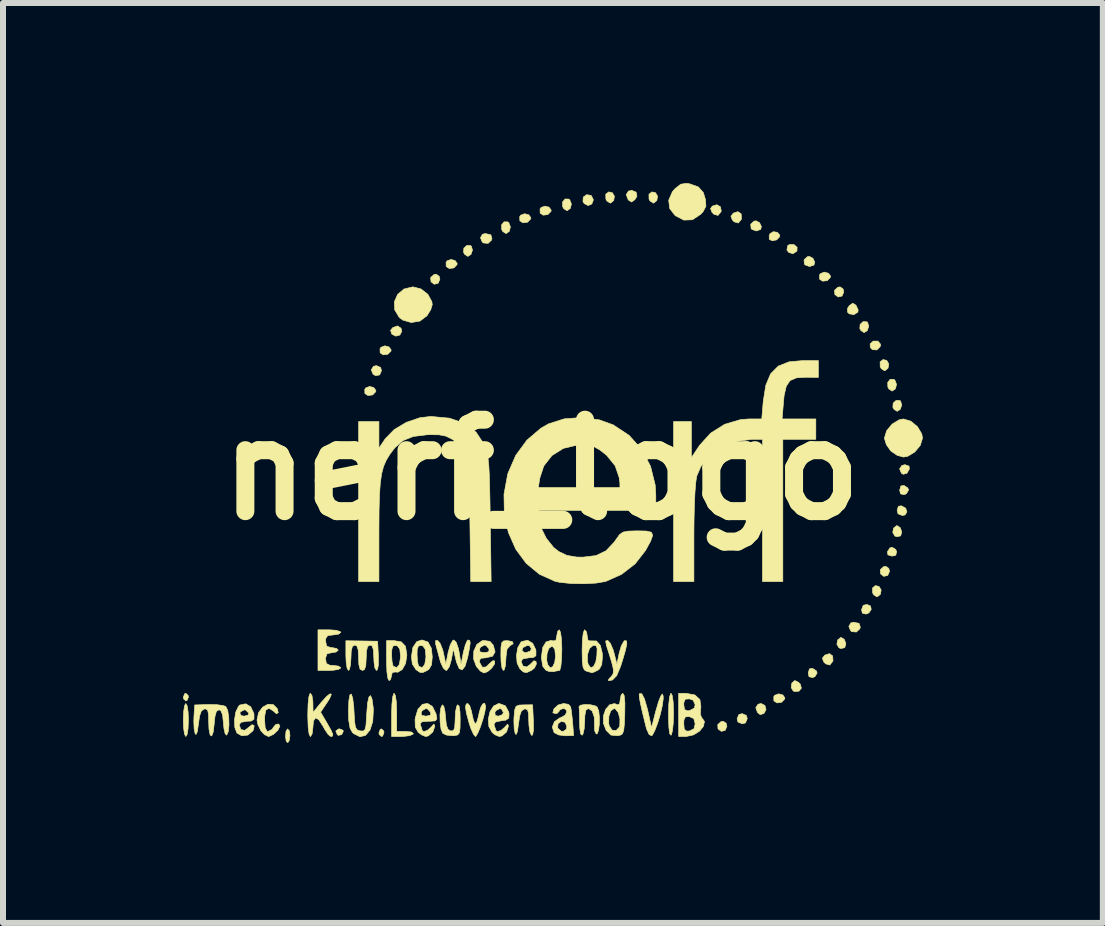
<source format=kicad_pcb>
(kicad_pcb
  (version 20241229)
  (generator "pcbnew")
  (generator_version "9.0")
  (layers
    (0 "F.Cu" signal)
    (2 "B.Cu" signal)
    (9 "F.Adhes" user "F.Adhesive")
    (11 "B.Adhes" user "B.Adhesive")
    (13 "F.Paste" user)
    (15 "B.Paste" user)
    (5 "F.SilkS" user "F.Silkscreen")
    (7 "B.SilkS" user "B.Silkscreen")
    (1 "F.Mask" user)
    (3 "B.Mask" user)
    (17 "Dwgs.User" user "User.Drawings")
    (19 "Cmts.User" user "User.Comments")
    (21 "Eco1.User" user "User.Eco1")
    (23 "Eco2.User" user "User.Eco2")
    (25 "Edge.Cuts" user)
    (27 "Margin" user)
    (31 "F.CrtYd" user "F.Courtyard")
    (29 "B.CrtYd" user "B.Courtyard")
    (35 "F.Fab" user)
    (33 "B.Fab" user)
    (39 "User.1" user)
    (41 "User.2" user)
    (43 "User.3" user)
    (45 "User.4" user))
  (footprint "nerf_logo"
    (layer "F.Cu")
    (at 5.974 4.779)
    (property "Reference" "nerf_logo" (at 0 0 0) (layer "F.SilkS") (effects (font (size 1.524 1.524) (thickness 0.3))))
    (attr through_hole)
    (fp_poly (pts (xy -5.889 3.76) (xy -5.884 3.789) (xy -5.907 3.845) (xy -5.927 3.852) (xy -5.964 3.818) (xy -5.969 3.789) (xy -5.946 3.732) (xy -5.927 3.725) (xy -5.889 3.76)) (stroke (width 0.01) (type solid)) (fill yes) (layer "F.SilkS"))
    (fp_poly (pts (xy -3.309 4.34) (xy -3.302 4.358) (xy -3.33 4.413) (xy -3.384 4.426) (xy -3.402 4.416) (xy -3.428 4.354) (xy -3.382 4.319) (xy -3.365 4.318) (xy -3.309 4.34)) (stroke (width 0.01) (type solid)) (fill yes) (layer "F.SilkS"))
    (fp_poly (pts (xy -2.681 -1.706) (xy -2.667 -1.651) (xy -2.697 -1.581) (xy -2.765 -1.568) (xy -2.808 -1.595) (xy -2.837 -1.666) (xy -2.8 -1.724) (xy -2.752 -1.736) (xy -2.681 -1.706)) (stroke (width 0.01) (type solid)) (fill yes) (layer "F.SilkS"))
    (fp_poly (pts (xy -2.629 4.352) (xy -2.625 4.381) (xy -2.648 4.438) (xy -2.667 4.445) (xy -2.705 4.411) (xy -2.709 4.381) (xy -2.686 4.325) (xy -2.667 4.318) (xy -2.629 4.352)) (stroke (width 0.01) (type solid)) (fill yes) (layer "F.SilkS"))
    (fp_poly (pts (xy -2.341 -2.36) (xy -2.328 -2.309) (xy -2.36 -2.246) (xy -2.43 -2.227) (xy -2.495 -2.262) (xy -2.515 -2.324) (xy -2.479 -2.369) (xy -2.399 -2.398) (xy -2.341 -2.36)) (stroke (width 0.01) (type solid)) (fill yes) (layer "F.SilkS"))
    (fp_poly (pts (xy -1.705 -3.224) (xy -1.693 -3.175) (xy -1.723 -3.107) (xy -1.788 -3.092) (xy -1.841 -3.133) (xy -1.847 -3.204) (xy -1.792 -3.253) (xy -1.754 -3.26) (xy -1.705 -3.224)) (stroke (width 0.01) (type solid)) (fill yes) (layer "F.SilkS"))
    (fp_poly (pts (xy 3.079 4.226) (xy 3.09 4.276) (xy 3.06 4.344) (xy 2.996 4.359) (xy 2.942 4.318) (xy 2.937 4.247) (xy 2.992 4.197) (xy 3.029 4.191) (xy 3.079 4.226)) (stroke (width 0.01) (type solid)) (fill yes) (layer "F.SilkS"))
    (fp_poly (pts (xy 3.415 4.094) (xy 3.429 4.149) (xy 3.399 4.219) (xy 3.344 4.233) (xy 3.274 4.203) (xy 3.26 4.149) (xy 3.29 4.078) (xy 3.344 4.064) (xy 3.415 4.094)) (stroke (width 0.01) (type solid)) (fill yes) (layer "F.SilkS"))
    (fp_poly (pts (xy 3.723 3.927) (xy 3.742 3.997) (xy 3.707 4.061) (xy 3.645 4.081) (xy 3.6 4.045) (xy 3.571 3.966) (xy 3.609 3.907) (xy 3.66 3.895) (xy 3.723 3.927)) (stroke (width 0.01) (type solid)) (fill yes) (layer "F.SilkS"))
    (fp_poly (pts (xy 4.208 -3.753) (xy 4.26 -3.708) (xy 4.257 -3.644) (xy 4.192 -3.601) (xy 4.12 -3.622) (xy 4.09 -3.663) (xy 4.101 -3.732) (xy 4.131 -3.754) (xy 4.208 -3.753)) (stroke (width 0.01) (type solid)) (fill yes) (layer "F.SilkS"))
    (fp_poly (pts (xy 4.582 3.352) (xy 4.593 3.387) (xy 4.558 3.446) (xy 4.519 3.463) (xy 4.459 3.449) (xy 4.445 3.387) (xy 4.466 3.317) (xy 4.519 3.31) (xy 4.582 3.352)) (stroke (width 0.01) (type solid)) (fill yes) (layer "F.SilkS"))
    (fp_poly (pts (xy 5.026 -3.013) (xy 5.038 -2.963) (xy 5.008 -2.895) (xy 4.943 -2.88) (xy 4.889 -2.921) (xy 4.884 -2.992) (xy 4.939 -3.042) (xy 4.977 -3.048) (xy 5.026 -3.013)) (stroke (width 0.01) (type solid)) (fill yes) (layer "F.SilkS"))
    (fp_poly (pts (xy 5.484 2.27) (xy 5.495 2.328) (xy 5.456 2.385) (xy 5.408 2.405) (xy 5.347 2.389) (xy 5.334 2.331) (xy 5.362 2.259) (xy 5.422 2.244) (xy 5.484 2.27)) (stroke (width 0.01) (type solid)) (fill yes) (layer "F.SilkS"))
    (fp_poly (pts (xy 5.651 -2.092) (xy 5.646 -2.055) (xy 5.59 -1.997) (xy 5.516 -2.002) (xy 5.48 -2.036) (xy 5.477 -2.099) (xy 5.529 -2.145) (xy 5.606 -2.145) (xy 5.651 -2.092)) (stroke (width 0.01) (type solid)) (fill yes) (layer "F.SilkS"))
    (fp_poly (pts (xy 5.788 1.644) (xy 5.8 1.693) (xy 5.77 1.761) (xy 5.705 1.776) (xy 5.652 1.736) (xy 5.646 1.665) (xy 5.701 1.615) (xy 5.739 1.609) (xy 5.788 1.644)) (stroke (width 0.01) (type solid)) (fill yes) (layer "F.SilkS"))
    (fp_poly (pts (xy 5.902 1.326) (xy 5.919 1.365) (xy 5.904 1.425) (xy 5.842 1.439) (xy 5.773 1.418) (xy 5.765 1.365) (xy 5.807 1.302) (xy 5.842 1.291) (xy 5.902 1.326)) (stroke (width 0.01) (type solid)) (fill yes) (layer "F.SilkS"))
    (fp_poly (pts (xy 6.069 0.64) (xy 6.09 0.701) (xy 6.06 0.751) (xy 6.014 0.762) (xy 5.942 0.734) (xy 5.927 0.674) (xy 5.949 0.607) (xy 6 0.601) (xy 6.069 0.64)) (stroke (width 0.01) (type solid)) (fill yes) (layer "F.SilkS"))
    (fp_poly (pts (xy 6.106 0.304) (xy 6.117 0.339) (xy 6.082 0.398) (xy 6.043 0.415) (xy 5.983 0.401) (xy 5.969 0.339) (xy 5.99 0.269) (xy 6.043 0.262) (xy 6.106 0.304)) (stroke (width 0.01) (type solid)) (fill yes) (layer "F.SilkS"))
    (fp_poly (pts (xy 6.125 -0.061) (xy 6.131 -0.014) (xy 6.091 0.058) (xy 6.028 0.075) (xy 5.998 0.057) (xy 5.968 -0.015) (xy 6.006 -0.072) (xy 6.057 -0.085) (xy 6.125 -0.061)) (stroke (width 0.01) (type solid)) (fill yes) (layer "F.SilkS"))
    (fp_poly (pts (xy -2.795 -1.37) (xy -2.76 -1.322) (xy -2.762 -1.302) (xy -2.815 -1.247) (xy -2.892 -1.238) (xy -2.943 -1.271) (xy -2.945 -1.34) (xy -2.929 -1.364) (xy -2.863 -1.389) (xy -2.795 -1.37)) (stroke (width 0.01) (type solid)) (fill yes) (layer "F.SilkS"))
    (fp_poly (pts (xy -2.541 -2.047) (xy -2.506 -1.999) (xy -2.508 -1.979) (xy -2.561 -1.925) (xy -2.638 -1.915) (xy -2.689 -1.949) (xy -2.691 -2.017) (xy -2.675 -2.041) (xy -2.609 -2.066) (xy -2.541 -2.047)) (stroke (width 0.01) (type solid)) (fill yes) (layer "F.SilkS"))
    (fp_poly (pts (xy -1.44 -3.487) (xy -1.405 -3.439) (xy -1.408 -3.418) (xy -1.46 -3.364) (xy -1.537 -3.354) (xy -1.588 -3.388) (xy -1.59 -3.457) (xy -1.574 -3.481) (xy -1.509 -3.505) (xy -1.44 -3.487)) (stroke (width 0.01) (type solid)) (fill yes) (layer "F.SilkS"))
    (fp_poly (pts (xy -1.181 -3.736) (xy -1.169 -3.726) (xy -1.15 -3.661) (xy -1.175 -3.589) (xy -1.228 -3.556) (xy -1.28 -3.59) (xy -1.299 -3.624) (xy -1.294 -3.693) (xy -1.244 -3.739) (xy -1.181 -3.736)) (stroke (width 0.01) (type solid)) (fill yes) (layer "F.SilkS"))
    (fp_poly (pts (xy -0.845 -3.917) (xy -0.825 -3.854) (xy -0.833 -3.827) (xy -0.89 -3.773) (xy -0.967 -3.78) (xy -0.988 -3.796) (xy -1.017 -3.867) (xy -0.984 -3.924) (xy -0.938 -3.937) (xy -0.845 -3.917)) (stroke (width 0.01) (type solid)) (fill yes) (layer "F.SilkS"))
    (fp_poly (pts (xy -0.212 -4.249) (xy -0.177 -4.201) (xy -0.18 -4.18) (xy -0.232 -4.126) (xy -0.31 -4.116) (xy -0.361 -4.15) (xy -0.363 -4.219) (xy -0.346 -4.243) (xy -0.281 -4.267) (xy -0.212 -4.249)) (stroke (width 0.01) (type solid)) (fill yes) (layer "F.SilkS"))
    (fp_poly (pts (xy 0.126 -4.376) (xy 0.161 -4.328) (xy 0.159 -4.307) (xy 0.106 -4.253) (xy 0.029 -4.243) (xy -0.022 -4.277) (xy -0.024 -4.346) (xy -0.008 -4.37) (xy 0.058 -4.394) (xy 0.126 -4.376)) (stroke (width 0.01) (type solid)) (fill yes) (layer "F.SilkS"))
    (fp_poly (pts (xy 0.825 -4.572) (xy 0.832 -4.566) (xy 0.865 -4.498) (xy 0.839 -4.43) (xy 0.777 -4.403) (xy 0.712 -4.437) (xy 0.691 -4.47) (xy 0.696 -4.544) (xy 0.752 -4.585) (xy 0.825 -4.572)) (stroke (width 0.01) (type solid)) (fill yes) (layer "F.SilkS"))
    (fp_poly (pts (xy 1.181 -4.617) (xy 1.216 -4.558) (xy 1.203 -4.487) (xy 1.153 -4.446) (xy 1.143 -4.445) (xy 1.091 -4.479) (xy 1.073 -4.511) (xy 1.071 -4.592) (xy 1.12 -4.631) (xy 1.181 -4.617)) (stroke (width 0.01) (type solid)) (fill yes) (layer "F.SilkS"))
    (fp_poly (pts (xy 1.577 -4.627) (xy 1.591 -4.559) (xy 1.557 -4.502) (xy 1.501 -4.462) (xy 1.453 -4.492) (xy 1.443 -4.505) (xy 1.412 -4.585) (xy 1.449 -4.644) (xy 1.503 -4.657) (xy 1.577 -4.627)) (stroke (width 0.01) (type solid)) (fill yes) (layer "F.SilkS"))
    (fp_poly (pts (xy 1.901 -4.617) (xy 1.935 -4.558) (xy 1.922 -4.487) (xy 1.872 -4.446) (xy 1.863 -4.445) (xy 1.81 -4.479) (xy 1.792 -4.511) (xy 1.791 -4.592) (xy 1.84 -4.631) (xy 1.901 -4.617)) (stroke (width 0.01) (type solid)) (fill yes) (layer "F.SilkS"))
    (fp_poly (pts (xy 2.982 -4.383) (xy 2.996 -4.312) (xy 2.992 -4.301) (xy 2.942 -4.239) (xy 2.874 -4.258) (xy 2.841 -4.291) (xy 2.817 -4.354) (xy 2.848 -4.395) (xy 2.922 -4.417) (xy 2.982 -4.383)) (stroke (width 0.01) (type solid)) (fill yes) (layer "F.SilkS"))
    (fp_poly (pts (xy 3.328 -4.265) (xy 3.334 -4.185) (xy 3.33 -4.173) (xy 3.28 -4.112) (xy 3.212 -4.132) (xy 3.18 -4.164) (xy 3.157 -4.226) (xy 3.197 -4.277) (xy 3.273 -4.302) (xy 3.328 -4.265)) (stroke (width 0.01) (type solid)) (fill yes) (layer "F.SilkS"))
    (fp_poly (pts (xy 3.634 -4.118) (xy 3.665 -4.053) (xy 3.652 -4.005) (xy 3.579 -3.98) (xy 3.505 -4.007) (xy 3.493 -4.022) (xy 3.487 -4.093) (xy 3.541 -4.143) (xy 3.575 -4.149) (xy 3.634 -4.118)) (stroke (width 0.01) (type solid)) (fill yes) (layer "F.SilkS"))
    (fp_poly (pts (xy 3.931 -3.957) (xy 3.97 -3.913) (xy 3.969 -3.884) (xy 3.92 -3.832) (xy 3.846 -3.816) (xy 3.796 -3.841) (xy 3.795 -3.905) (xy 3.809 -3.935) (xy 3.864 -3.968) (xy 3.931 -3.957)) (stroke (width 0.01) (type solid)) (fill yes) (layer "F.SilkS"))
    (fp_poly (pts (xy 4.021 3.752) (xy 4.056 3.8) (xy 4.053 3.821) (xy 4.001 3.875) (xy 3.924 3.885) (xy 3.873 3.851) (xy 3.871 3.782) (xy 3.887 3.758) (xy 3.952 3.734) (xy 4.021 3.752)) (stroke (width 0.01) (type solid)) (fill yes) (layer "F.SilkS"))
    (fp_poly (pts (xy 4.523 -3.525) (xy 4.554 -3.461) (xy 4.541 -3.412) (xy 4.468 -3.387) (xy 4.394 -3.414) (xy 4.381 -3.429) (xy 4.376 -3.5) (xy 4.43 -3.55) (xy 4.464 -3.556) (xy 4.523 -3.525)) (stroke (width 0.01) (type solid)) (fill yes) (layer "F.SilkS"))
    (fp_poly (pts (xy 4.783 -3.275) (xy 4.818 -3.227) (xy 4.815 -3.207) (xy 4.763 -3.152) (xy 4.686 -3.143) (xy 4.635 -3.176) (xy 4.633 -3.245) (xy 4.649 -3.269) (xy 4.714 -3.294) (xy 4.783 -3.275)) (stroke (width 0.01) (type solid)) (fill yes) (layer "F.SilkS"))
    (fp_poly (pts (xy 4.852 3.101) (xy 4.858 3.181) (xy 4.854 3.193) (xy 4.804 3.254) (xy 4.736 3.234) (xy 4.704 3.202) (xy 4.681 3.14) (xy 4.721 3.089) (xy 4.797 3.064) (xy 4.852 3.101)) (stroke (width 0.01) (type solid)) (fill yes) (layer "F.SilkS"))
    (fp_poly (pts (xy 5.048 2.828) (xy 5.073 2.9) (xy 5.054 2.964) (xy 4.989 2.979) (xy 4.957 2.966) (xy 4.923 2.907) (xy 4.936 2.836) (xy 4.986 2.795) (xy 4.995 2.794) (xy 5.048 2.828)) (stroke (width 0.01) (type solid)) (fill yes) (layer "F.SilkS"))
    (fp_poly (pts (xy 5.293 2.56) (xy 5.313 2.623) (xy 5.305 2.65) (xy 5.248 2.704) (xy 5.171 2.697) (xy 5.151 2.681) (xy 5.122 2.61) (xy 5.155 2.553) (xy 5.2 2.54) (xy 5.293 2.56)) (stroke (width 0.01) (type solid)) (fill yes) (layer "F.SilkS"))
    (fp_poly (pts (xy 5.423 -2.466) (xy 5.435 -2.456) (xy 5.454 -2.391) (xy 5.429 -2.319) (xy 5.376 -2.286) (xy 5.324 -2.32) (xy 5.305 -2.354) (xy 5.31 -2.423) (xy 5.36 -2.469) (xy 5.423 -2.466)) (stroke (width 0.01) (type solid)) (fill yes) (layer "F.SilkS"))
    (fp_poly (pts (xy 5.626 1.945) (xy 5.661 2.004) (xy 5.648 2.075) (xy 5.598 2.116) (xy 5.588 2.117) (xy 5.536 2.083) (xy 5.518 2.05) (xy 5.516 1.97) (xy 5.565 1.93) (xy 5.626 1.945)) (stroke (width 0.01) (type solid)) (fill yes) (layer "F.SilkS"))
    (fp_poly (pts (xy 5.753 -1.823) (xy 5.788 -1.764) (xy 5.775 -1.693) (xy 5.725 -1.652) (xy 5.715 -1.651) (xy 5.663 -1.685) (xy 5.645 -1.717) (xy 5.643 -1.798) (xy 5.692 -1.837) (xy 5.753 -1.823)) (stroke (width 0.01) (type solid)) (fill yes) (layer "F.SilkS"))
    (fp_poly (pts (xy 5.973 -1.154) (xy 5.985 -1.144) (xy 6.004 -1.079) (xy 5.979 -1.007) (xy 5.927 -0.974) (xy 5.875 -1.008) (xy 5.856 -1.041) (xy 5.861 -1.111) (xy 5.911 -1.157) (xy 5.973 -1.154)) (stroke (width 0.01) (type solid)) (fill yes) (layer "F.SilkS"))
    (fp_poly (pts (xy 5.98 0.966) (xy 6.004 1.038) (xy 5.985 1.102) (xy 5.921 1.116) (xy 5.888 1.103) (xy 5.854 1.044) (xy 5.867 0.973) (xy 5.917 0.932) (xy 5.927 0.931) (xy 5.98 0.966)) (stroke (width 0.01) (type solid)) (fill yes) (layer "F.SilkS"))
    (fp_poly (pts (xy -4.201 4.353) (xy -4.192 4.429) (xy -4.203 4.509) (xy -4.227 4.547) (xy -4.253 4.527) (xy -4.266 4.448) (xy -4.266 4.444) (xy -4.257 4.355) (xy -4.231 4.318) (xy -4.231 4.318) (xy -4.201 4.353)) (stroke (width 0.01) (type solid)) (fill yes) (layer "F.SilkS"))
    (fp_poly (pts (xy -0.562 -4.131) (xy -0.545 -4.118) (xy -0.518 -4.048) (xy -0.536 -3.974) (xy -0.589 -3.937) (xy -0.593 -3.937) (xy -0.645 -3.971) (xy -0.663 -4.003) (xy -0.665 -4.082) (xy -0.623 -4.132) (xy -0.562 -4.131)) (stroke (width 0.01) (type solid)) (fill yes) (layer "F.SilkS"))
    (fp_poly (pts (xy 0.454 -4.512) (xy 0.471 -4.499) (xy 0.498 -4.429) (xy 0.48 -4.355) (xy 0.427 -4.318) (xy 0.423 -4.318) (xy 0.371 -4.352) (xy 0.353 -4.384) (xy 0.351 -4.463) (xy 0.393 -4.513) (xy 0.454 -4.512)) (stroke (width 0.01) (type solid)) (fill yes) (layer "F.SilkS"))
    (fp_poly (pts (xy 4.284 3.543) (xy 4.313 3.572) (xy 4.331 3.639) (xy 4.292 3.689) (xy 4.221 3.697) (xy 4.194 3.685) (xy 4.161 3.628) (xy 4.172 3.556) (xy 4.217 3.515) (xy 4.227 3.514) (xy 4.284 3.543)) (stroke (width 0.01) (type solid)) (fill yes) (layer "F.SilkS"))
    (fp_poly (pts (xy 5.235 -2.747) (xy 5.246 -2.734) (xy 5.278 -2.662) (xy 5.272 -2.627) (xy 5.206 -2.585) (xy 5.127 -2.6) (xy 5.099 -2.629) (xy 5.101 -2.692) (xy 5.132 -2.737) (xy 5.188 -2.776) (xy 5.235 -2.747)) (stroke (width 0.01) (type solid)) (fill yes) (layer "F.SilkS"))
    (fp_poly (pts (xy 5.873 -1.507) (xy 5.89 -1.493) (xy 5.917 -1.423) (xy 5.898 -1.349) (xy 5.845 -1.312) (xy 5.842 -1.312) (xy 5.79 -1.346) (xy 5.772 -1.379) (xy 5.77 -1.457) (xy 5.812 -1.508) (xy 5.873 -1.507)) (stroke (width 0.01) (type solid)) (fill yes) (layer "F.SilkS"))
    (fp_poly (pts (xy -5.905 3.934) (xy -5.889 4.037) (xy -5.884 4.17) (xy -5.89 4.314) (xy -5.906 4.412) (xy -5.927 4.445) (xy -5.949 4.406) (xy -5.964 4.303) (xy -5.969 4.17) (xy -5.963 4.026) (xy -5.947 3.928) (xy -5.927 3.895) (xy -5.905 3.934)) (stroke (width 0.01) (type solid)) (fill yes) (layer "F.SilkS"))
    (fp_poly (pts (xy -0.486 2.862) (xy -0.471 2.897) (xy -0.529 2.936) (xy -0.575 2.993) (xy -0.592 3.123) (xy -0.593 3.153) (xy -0.601 3.267) (xy -0.622 3.335) (xy -0.635 3.344) (xy -0.658 3.306) (xy -0.673 3.206) (xy -0.677 3.096) (xy -0.675 2.957) (xy -0.662 2.882) (xy -0.631 2.852) (xy -0.572 2.847) (xy -0.486 2.862)) (stroke (width 0.01) (type solid)) (fill yes) (layer "F.SilkS"))
    (fp_poly (pts (xy 2.18 3.765) (xy 2.195 3.873) (xy 2.201 4.033) (xy 2.201 4.062) (xy 2.196 4.222) (xy 2.183 4.349) (xy 2.164 4.418) (xy 2.159 4.424) (xy 2.137 4.399) (xy 2.123 4.295) (xy 2.117 4.118) (xy 2.117 4.088) (xy 2.121 3.912) (xy 2.134 3.787) (xy 2.153 3.728) (xy 2.159 3.725) (xy 2.18 3.765)) (stroke (width 0.01) (type solid)) (fill yes) (layer "F.SilkS"))
    (fp_poly (pts (xy 2.468 -4.766) (xy 2.613 -4.715) (xy 2.697 -4.621) (xy 2.734 -4.5) (xy 2.74 -4.391) (xy 2.693 -4.301) (xy 2.652 -4.257) (xy 2.516 -4.167) (xy 2.373 -4.161) (xy 2.228 -4.236) (xy 2.136 -4.355) (xy 2.12 -4.492) (xy 2.181 -4.633) (xy 2.225 -4.684) (xy 2.32 -4.759) (xy 2.415 -4.774) (xy 2.468 -4.766)) (stroke (width 0.01) (type solid)) (fill yes) (layer "F.SilkS"))
    (fp_poly (pts (xy -2.007 -3.013) (xy -1.894 -2.924) (xy -1.828 -2.805) (xy -1.82 -2.752) (xy -1.845 -2.669) (xy -1.906 -2.57) (xy -1.908 -2.567) (xy -2.026 -2.478) (xy -2.171 -2.454) (xy -2.312 -2.495) (xy -2.371 -2.54) (xy -2.446 -2.665) (xy -2.452 -2.8) (xy -2.398 -2.922) (xy -2.293 -3.012) (xy -2.146 -3.048) (xy -2.141 -3.048) (xy -2.007 -3.013)) (stroke (width 0.01) (type solid)) (fill yes) (layer "F.SilkS"))
    (fp_poly (pts (xy -2.434 3.765) (xy -2.419 3.871) (xy -2.413 4.028) (xy -2.413 4.043) (xy -2.413 4.36) (xy -2.262 4.36) (xy -2.166 4.37) (xy -2.135 4.397) (xy -2.138 4.403) (xy -2.193 4.43) (xy -2.299 4.444) (xy -2.331 4.445) (xy -2.498 4.445) (xy -2.498 4.085) (xy -2.493 3.91) (xy -2.48 3.786) (xy -2.461 3.728) (xy -2.455 3.725) (xy -2.434 3.765)) (stroke (width 0.01) (type solid)) (fill yes) (layer "F.SilkS"))
    (fp_poly (pts (xy 6.155 -0.81) (xy 6.266 -0.718) (xy 6.337 -0.599) (xy 6.35 -0.529) (xy 6.313 -0.407) (xy 6.221 -0.296) (xy 6.102 -0.224) (xy 6.032 -0.212) (xy 5.927 -0.241) (xy 5.823 -0.312) (xy 5.819 -0.316) (xy 5.747 -0.419) (xy 5.715 -0.525) (xy 5.715 -0.529) (xy 5.752 -0.651) (xy 5.844 -0.762) (xy 5.963 -0.834) (xy 6.032 -0.847) (xy 6.155 -0.81)) (stroke (width 0.01) (type solid)) (fill yes) (layer "F.SilkS"))
    (fp_poly (pts (xy -0.135 4.184) (xy -0.134 4.343) (xy -0.148 4.42) (xy -0.167 4.425) (xy -0.193 4.37) (xy -0.209 4.26) (xy -0.212 4.185) (xy -0.216 4.059) (xy -0.234 3.998) (xy -0.272 3.985) (xy -0.286 3.987) (xy -0.334 4.019) (xy -0.364 4.103) (xy -0.383 4.234) (xy -0.401 4.364) (xy -0.423 4.412) (xy -0.438 4.397) (xy -0.455 4.315) (xy -0.46 4.188) (xy -0.458 4.124) (xy -0.447 4.002) (xy -0.423 3.941) (xy -0.369 3.921) (xy -0.296 3.918) (xy -0.148 3.916) (xy -0.135 4.184)) (stroke (width 0.01) (type solid)) (fill yes) (layer "F.SilkS"))
    (fp_poly (pts (xy 1.673 3.734) (xy 1.717 3.82) (xy 1.765 3.987) (xy 1.778 4.043) (xy 1.834 4.297) (xy 1.901 4.035) (xy 1.948 3.873) (xy 1.987 3.771) (xy 2.015 3.735) (xy 2.028 3.772) (xy 2.029 3.814) (xy 2.014 3.929) (xy 1.981 4.073) (xy 1.937 4.219) (xy 1.89 4.343) (xy 1.849 4.421) (xy 1.833 4.434) (xy 1.791 4.408) (xy 1.751 4.318) (xy 1.743 4.289) (xy 1.686 4.058) (xy 1.65 3.898) (xy 1.631 3.797) (xy 1.628 3.744) (xy 1.633 3.73) (xy 1.673 3.734)) (stroke (width 0.01) (type solid)) (fill yes) (layer "F.SilkS"))
    (fp_poly (pts (xy -0.931 3.944) (xy -0.931 3.95) (xy -0.944 4.038) (xy -0.976 4.158) (xy -1.017 4.283) (xy -1.06 4.386) (xy -1.094 4.442) (xy -1.101 4.445) (xy -1.133 4.408) (xy -1.176 4.313) (xy -1.205 4.226) (xy -1.251 4.056) (xy -1.267 3.953) (xy -1.254 3.903) (xy -1.228 3.895) (xy -1.196 3.932) (xy -1.166 4.026) (xy -1.159 4.064) (xy -1.135 4.17) (xy -1.109 4.229) (xy -1.101 4.233) (xy -1.075 4.196) (xy -1.049 4.103) (xy -1.042 4.064) (xy -1.015 3.964) (xy -0.979 3.902) (xy -0.947 3.89) (xy -0.931 3.944)) (stroke (width 0.01) (type solid)) (fill yes) (layer "F.SilkS"))
    (fp_poly (pts (xy -1.373 3.939) (xy -1.358 4.037) (xy -1.355 4.157) (xy -1.357 4.302) (xy -1.368 4.383) (xy -1.397 4.419) (xy -1.453 4.431) (xy -1.475 4.432) (xy -1.58 4.422) (xy -1.645 4.392) (xy -1.674 4.323) (xy -1.689 4.209) (xy -1.692 4.082) (xy -1.68 3.974) (xy -1.653 3.917) (xy -1.628 3.941) (xy -1.608 4.03) (xy -1.6 4.115) (xy -1.585 4.254) (xy -1.557 4.327) (xy -1.513 4.352) (xy -1.469 4.348) (xy -1.447 4.301) (xy -1.44 4.193) (xy -1.439 4.154) (xy -1.432 4.027) (xy -1.412 3.938) (xy -1.397 3.916) (xy -1.373 3.939)) (stroke (width 0.01) (type solid)) (fill yes) (layer "F.SilkS"))
    (fp_poly (pts (xy 1.106 2.845) (xy 1.149 2.894) (xy 1.193 2.997) (xy 1.209 3.051) (xy 1.257 3.239) (xy 1.296 3.051) (xy 1.33 2.935) (xy 1.372 2.859) (xy 1.389 2.846) (xy 1.418 2.852) (xy 1.422 2.902) (xy 1.4 3.007) (xy 1.35 3.177) (xy 1.317 3.281) (xy 1.253 3.432) (xy 1.184 3.502) (xy 1.167 3.507) (xy 1.112 3.513) (xy 1.124 3.485) (xy 1.154 3.454) (xy 1.185 3.418) (xy 1.199 3.376) (xy 1.195 3.311) (xy 1.17 3.207) (xy 1.121 3.049) (xy 1.082 2.927) (xy 1.069 2.854) (xy 1.101 2.844) (xy 1.106 2.845)) (stroke (width 0.01) (type solid)) (fill yes) (layer "F.SilkS"))
    (fp_poly (pts (xy -4.47 3.913) (xy -4.403 3.979) (xy -4.387 4.048) (xy -4.418 4.066) (xy -4.466 4.022) (xy -4.527 3.983) (xy -4.553 3.979) (xy -4.594 4.007) (xy -4.612 4.1) (xy -4.614 4.17) (xy -4.605 4.299) (xy -4.574 4.356) (xy -4.555 4.36) (xy -4.49 4.326) (xy -4.472 4.297) (xy -4.429 4.245) (xy -4.38 4.236) (xy -4.36 4.273) (xy -4.393 4.341) (xy -4.467 4.41) (xy -4.544 4.445) (xy -4.551 4.445) (xy -4.617 4.413) (xy -4.675 4.351) (xy -4.726 4.247) (xy -4.741 4.17) (xy -4.715 4.047) (xy -4.647 3.956) (xy -4.559 3.907) (xy -4.47 3.913)) (stroke (width 0.01) (type solid)) (fill yes) (layer "F.SilkS"))
    (fp_poly (pts (xy 0.813 3.915) (xy 0.896 3.934) (xy 0.929 3.956) (xy 0.954 4.021) (xy 0.965 4.125) (xy 0.964 4.24) (xy 0.951 4.34) (xy 0.929 4.399) (xy 0.912 4.403) (xy 0.886 4.35) (xy 0.883 4.266) (xy 0.88 4.124) (xy 0.845 4.021) (xy 0.784 3.979) (xy 0.78 3.979) (xy 0.741 4.005) (xy 0.723 4.093) (xy 0.72 4.189) (xy 0.712 4.315) (xy 0.692 4.403) (xy 0.677 4.424) (xy 0.652 4.402) (xy 0.638 4.306) (xy 0.635 4.215) (xy 0.633 4.08) (xy 0.629 3.983) (xy 0.624 3.952) (xy 0.646 3.924) (xy 0.72 3.912) (xy 0.813 3.915)) (stroke (width 0.01) (type solid)) (fill yes) (layer "F.SilkS"))
    (fp_poly (pts (xy -1.892 2.87) (xy -1.835 2.974) (xy -1.82 3.118) (xy -1.832 3.25) (xy -1.875 3.324) (xy -1.902 3.343) (xy -1.978 3.379) (xy -2.028 3.375) (xy -2.092 3.331) (xy -2.153 3.236) (xy -2.167 3.118) (xy -2.162 3.08) (xy -2.074 3.08) (xy -2.067 3.193) (xy -2.05 3.267) (xy -2.045 3.275) (xy -1.988 3.296) (xy -1.946 3.245) (xy -1.927 3.131) (xy -1.926 3.109) (xy -1.937 2.991) (xy -1.976 2.937) (xy -2 2.929) (xy -2.049 2.935) (xy -2.071 2.992) (xy -2.074 3.08) (xy -2.162 3.08) (xy -2.144 2.962) (xy -2.078 2.864) (xy -1.993 2.836) (xy -1.892 2.87)) (stroke (width 0.01) (type solid)) (fill yes) (layer "F.SilkS"))
    (fp_poly (pts (xy -3.421 2.675) (xy -3.353 2.697) (xy -3.344 2.709) (xy -3.381 2.739) (xy -3.47 2.752) (xy -3.471 2.752) (xy -3.562 2.763) (xy -3.595 2.811) (xy -3.598 2.857) (xy -3.581 2.938) (xy -3.512 2.963) (xy -3.493 2.963) (xy -3.413 2.978) (xy -3.387 3.006) (xy -3.423 3.037) (xy -3.493 3.048) (xy -3.573 3.065) (xy -3.598 3.134) (xy -3.598 3.154) (xy -3.585 3.229) (xy -3.527 3.257) (xy -3.471 3.26) (xy -3.382 3.272) (xy -3.344 3.301) (xy -3.344 3.302) (xy -3.382 3.327) (xy -3.478 3.342) (xy -3.535 3.344) (xy -3.725 3.344) (xy -3.725 2.667) (xy -3.535 2.667) (xy -3.421 2.675)) (stroke (width 0.01) (type solid)) (fill yes) (layer "F.SilkS"))
    (fp_poly (pts (xy -3.146 3.807) (xy -3.128 3.955) (xy -3.124 4.032) (xy -3.115 4.192) (xy -3.101 4.286) (xy -3.075 4.332) (xy -3.031 4.35) (xy -3.018 4.352) (xy -2.97 4.354) (xy -2.941 4.328) (xy -2.925 4.26) (xy -2.916 4.131) (xy -2.912 4.056) (xy -2.898 3.884) (xy -2.875 3.786) (xy -2.849 3.763) (xy -2.824 3.82) (xy -2.805 3.957) (xy -2.802 4.004) (xy -2.812 4.194) (xy -2.858 4.338) (xy -2.932 4.426) (xy -3.025 4.449) (xy -3.129 4.398) (xy -3.151 4.378) (xy -3.191 4.304) (xy -3.213 4.172) (xy -3.217 4.019) (xy -3.21 3.843) (xy -3.192 3.749) (xy -3.169 3.738) (xy -3.146 3.807)) (stroke (width 0.01) (type solid)) (fill yes) (layer "F.SilkS"))
    (fp_poly (pts (xy -3.825 3.763) (xy -3.81 3.856) (xy -3.809 3.884) (xy -3.807 4.043) (xy -3.677 3.884) (xy -3.583 3.779) (xy -3.522 3.732) (xy -3.502 3.744) (xy -3.532 3.814) (xy -3.575 3.882) (xy -3.681 4.039) (xy -3.576 4.218) (xy -3.506 4.342) (xy -3.477 4.411) (xy -3.485 4.44) (xy -3.513 4.445) (xy -3.555 4.411) (xy -3.614 4.324) (xy -3.641 4.274) (xy -3.712 4.164) (xy -3.766 4.135) (xy -3.8 4.187) (xy -3.81 4.299) (xy -3.821 4.396) (xy -3.847 4.444) (xy -3.852 4.445) (xy -3.873 4.405) (xy -3.888 4.296) (xy -3.894 4.132) (xy -3.895 4.085) (xy -3.89 3.91) (xy -3.877 3.786) (xy -3.858 3.728) (xy -3.852 3.725) (xy -3.825 3.763)) (stroke (width 0.01) (type solid)) (fill yes) (layer "F.SilkS"))
    (fp_poly (pts (xy -2.995 2.853) (xy -2.731 2.857) (xy -2.718 3.101) (xy -2.717 3.247) (xy -2.733 3.33) (xy -2.75 3.344) (xy -2.776 3.306) (xy -2.791 3.206) (xy -2.794 3.133) (xy -2.801 3) (xy -2.824 2.935) (xy -2.857 2.921) (xy -2.897 2.944) (xy -2.917 3.022) (xy -2.921 3.133) (xy -2.928 3.266) (xy -2.951 3.331) (xy -2.985 3.344) (xy -3.024 3.322) (xy -3.044 3.243) (xy -3.048 3.133) (xy -3.055 3) (xy -3.078 2.935) (xy -3.111 2.921) (xy -3.151 2.944) (xy -3.171 3.022) (xy -3.175 3.133) (xy -3.183 3.253) (xy -3.202 3.33) (xy -3.217 3.344) (xy -3.24 3.306) (xy -3.255 3.206) (xy -3.26 3.097) (xy -3.26 2.849) (xy -2.995 2.853)) (stroke (width 0.01) (type solid)) (fill yes) (layer "F.SilkS"))
    (fp_poly (pts (xy -2.337 2.867) (xy -2.267 2.941) (xy -2.244 3.078) (xy -2.244 3.092) (xy -2.265 3.228) (xy -2.32 3.328) (xy -2.395 3.374) (xy -2.44 3.369) (xy -2.488 3.381) (xy -2.498 3.43) (xy -2.516 3.498) (xy -2.54 3.514) (xy -2.561 3.474) (xy -2.576 3.366) (xy -2.582 3.207) (xy -2.582 3.18) (xy -2.582 3.08) (xy -2.498 3.08) (xy -2.491 3.193) (xy -2.474 3.267) (xy -2.469 3.275) (xy -2.411 3.296) (xy -2.369 3.245) (xy -2.35 3.131) (xy -2.349 3.109) (xy -2.361 2.991) (xy -2.399 2.937) (xy -2.424 2.929) (xy -2.472 2.935) (xy -2.494 2.992) (xy -2.498 3.08) (xy -2.582 3.08) (xy -2.582 2.847) (xy -2.466 2.846) (xy -2.337 2.867)) (stroke (width 0.01) (type solid)) (fill yes) (layer "F.SilkS"))
    (fp_poly (pts (xy -4.846 3.949) (xy -4.795 4.055) (xy -4.791 4.079) (xy -4.792 4.157) (xy -4.837 4.187) (xy -4.908 4.191) (xy -5.009 4.209) (xy -5.038 4.252) (xy -5.01 4.328) (xy -4.946 4.343) (xy -4.884 4.296) (xy -4.823 4.247) (xy -4.788 4.264) (xy -4.8 4.332) (xy -4.811 4.352) (xy -4.893 4.421) (xy -4.995 4.433) (xy -5.076 4.387) (xy -5.111 4.294) (xy -5.116 4.165) (xy -5.097 4.053) (xy -5.027 4.053) (xy -5.007 4.096) (xy -4.953 4.106) (xy -4.886 4.087) (xy -4.879 4.053) (xy -4.931 4.004) (xy -4.953 4) (xy -5.017 4.034) (xy -5.027 4.053) (xy -5.097 4.053) (xy -5.094 4.035) (xy -5.048 3.94) (xy -5.027 3.92) (xy -4.93 3.9) (xy -4.846 3.949)) (stroke (width 0.01) (type solid)) (fill yes) (layer "F.SilkS"))
    (fp_poly (pts (xy -0.86 2.859) (xy -0.804 2.922) (xy -0.773 3.034) (xy -0.815 3.107) (xy -0.926 3.133) (xy -1.012 3.142) (xy -1.035 3.182) (xy -1.028 3.217) (xy -0.985 3.291) (xy -0.922 3.285) (xy -0.865 3.228) (xy -0.811 3.182) (xy -0.78 3.185) (xy -0.781 3.234) (xy -0.828 3.303) (xy -0.896 3.363) (xy -0.958 3.387) (xy -1.019 3.354) (xy -1.085 3.278) (xy -1.133 3.151) (xy -1.128 3.02) (xy -1.111 2.985) (xy -1.031 2.985) (xy -1.026 3.034) (xy -0.953 3.048) (xy -0.878 3.033) (xy -0.874 2.985) (xy -0.924 2.928) (xy -0.953 2.921) (xy -1.014 2.955) (xy -1.031 2.985) (xy -1.111 2.985) (xy -1.077 2.91) (xy -0.989 2.849) (xy -0.966 2.844) (xy -0.86 2.859)) (stroke (width 0.01) (type solid)) (fill yes) (layer "F.SilkS"))
    (fp_poly (pts (xy -0.147 2.891) (xy -0.096 2.996) (xy -0.092 3.021) (xy -0.093 3.099) (xy -0.138 3.129) (xy -0.209 3.133) (xy -0.31 3.151) (xy -0.339 3.194) (xy -0.31 3.269) (xy -0.247 3.286) (xy -0.19 3.245) (xy -0.127 3.182) (xy -0.091 3.194) (xy -0.085 3.237) (xy -0.118 3.305) (xy -0.167 3.343) (xy -0.248 3.38) (xy -0.301 3.37) (xy -0.359 3.318) (xy -0.406 3.223) (xy -0.417 3.094) (xy -0.403 3.013) (xy -0.326 3.013) (xy -0.283 3.046) (xy -0.258 3.048) (xy -0.185 3.021) (xy -0.169 2.981) (xy -0.201 2.931) (xy -0.24 2.928) (xy -0.31 2.964) (xy -0.326 3.013) (xy -0.403 3.013) (xy -0.395 2.965) (xy -0.343 2.873) (xy -0.328 2.862) (xy -0.231 2.841) (xy -0.147 2.891)) (stroke (width 0.01) (type solid)) (fill yes) (layer "F.SilkS"))
    (fp_poly (pts (xy 1.379 3.766) (xy 1.39 3.883) (xy 1.388 4.069) (xy 1.388 4.071) (xy 1.381 4.241) (xy 1.37 4.345) (xy 1.349 4.4) (xy 1.312 4.423) (xy 1.261 4.432) (xy 1.157 4.421) (xy 1.077 4.342) (xy 1.077 4.341) (xy 1.032 4.224) (xy 1.12 4.224) (xy 1.129 4.268) (xy 1.177 4.339) (xy 1.244 4.345) (xy 1.297 4.288) (xy 1.305 4.261) (xy 1.307 4.149) (xy 1.279 4.046) (xy 1.231 3.985) (xy 1.21 3.979) (xy 1.155 4.016) (xy 1.123 4.108) (xy 1.12 4.224) (xy 1.032 4.224) (xy 1.032 4.224) (xy 1.032 4.101) (xy 1.069 3.993) (xy 1.134 3.917) (xy 1.217 3.896) (xy 1.27 3.916) (xy 1.301 3.901) (xy 1.312 3.834) (xy 1.327 3.753) (xy 1.356 3.725) (xy 1.379 3.766)) (stroke (width 0.01) (type solid)) (fill yes) (layer "F.SilkS"))
    (fp_poly (pts (xy -5.406 3.915) (xy -5.298 3.931) (xy -5.26 3.947) (xy -5.229 4.011) (xy -5.212 4.123) (xy -5.208 4.25) (xy -5.219 4.36) (xy -5.245 4.421) (xy -5.247 4.422) (xy -5.272 4.399) (xy -5.292 4.31) (xy -5.3 4.224) (xy -5.315 4.084) (xy -5.344 4.014) (xy -5.376 4) (xy -5.418 4.026) (xy -5.442 4.113) (xy -5.453 4.223) (xy -5.47 4.37) (xy -5.496 4.436) (xy -5.522 4.42) (xy -5.541 4.325) (xy -5.546 4.209) (xy -5.549 4.074) (xy -5.564 4.005) (xy -5.597 3.985) (xy -5.62 3.987) (xy -5.668 4.019) (xy -5.698 4.103) (xy -5.717 4.234) (xy -5.735 4.364) (xy -5.757 4.412) (xy -5.772 4.397) (xy -5.789 4.315) (xy -5.794 4.188) (xy -5.792 4.124) (xy -5.779 3.919) (xy -5.546 3.912) (xy -5.406 3.915)) (stroke (width 0.01) (type solid)) (fill yes) (layer "F.SilkS"))
    (fp_poly (pts (xy 0.317 2.707) (xy 0.332 2.815) (xy 0.339 2.975) (xy 0.339 3.006) (xy 0.334 3.163) (xy 0.322 3.281) (xy 0.305 3.341) (xy 0.3 3.344) (xy 0.227 3.357) (xy 0.205 3.364) (xy 0.124 3.361) (xy 0.074 3.341) (xy 0.021 3.274) (xy 0.005 3.175) (xy 0.087 3.175) (xy 0.103 3.246) (xy 0.144 3.299) (xy 0.187 3.282) (xy 0.221 3.208) (xy 0.233 3.108) (xy 0.222 2.992) (xy 0.186 2.945) (xy 0.169 2.942) (xy 0.121 2.979) (xy 0.092 3.067) (xy 0.087 3.175) (xy 0.005 3.175) (xy 0.000462 3.146) (xy 0 3.115) (xy 0.02 2.963) (xy 0.076 2.869) (xy 0.159 2.843) (xy 0.19 2.851) (xy 0.239 2.847) (xy 0.254 2.772) (xy 0.254 2.772) (xy 0.269 2.693) (xy 0.296 2.667) (xy 0.317 2.707)) (stroke (width 0.01) (type solid)) (fill yes) (layer "F.SilkS"))
    (fp_poly (pts (xy 0.45 3.909) (xy 0.485 3.948) (xy 0.498 4.018) (xy 0.512 4.14) (xy 0.519 4.215) (xy 0.536 4.429) (xy 0.397 4.433) (xy 0.286 4.419) (xy 0.211 4.381) (xy 0.21 4.379) (xy 0.185 4.304) (xy 0.27 4.304) (xy 0.325 4.354) (xy 0.362 4.36) (xy 0.412 4.325) (xy 0.423 4.276) (xy 0.393 4.208) (xy 0.329 4.193) (xy 0.275 4.233) (xy 0.27 4.304) (xy 0.185 4.304) (xy 0.18 4.288) (xy 0.216 4.197) (xy 0.304 4.135) (xy 0.319 4.131) (xy 0.393 4.09) (xy 0.423 4.034) (xy 0.402 3.989) (xy 0.36 3.979) (xy 0.303 4.002) (xy 0.296 4.022) (xy 0.262 4.059) (xy 0.231 4.064) (xy 0.189 4.049) (xy 0.205 3.992) (xy 0.212 3.979) (xy 0.277 3.92) (xy 0.368 3.895) (xy 0.45 3.909)) (stroke (width 0.01) (type solid)) (fill yes) (layer "F.SilkS"))
    (fp_poly (pts (xy -1.196 2.846) (xy -1.188 2.885) (xy -1.199 2.971) (xy -1.229 3.122) (xy -1.231 3.131) (xy -1.274 3.274) (xy -1.322 3.335) (xy -1.371 3.313) (xy -1.416 3.208) (xy -1.427 3.164) (xy -1.469 2.985) (xy -1.502 3.164) (xy -1.535 3.281) (xy -1.578 3.341) (xy -1.591 3.344) (xy -1.635 3.307) (xy -1.679 3.214) (xy -1.694 3.164) (xy -1.729 3.033) (xy -1.758 2.927) (xy -1.764 2.905) (xy -1.765 2.847) (xy -1.73 2.845) (xy -1.688 2.895) (xy -1.647 2.998) (xy -1.634 3.051) (xy -1.594 3.239) (xy -1.554 3.037) (xy -1.52 2.917) (xy -1.48 2.846) (xy -1.461 2.836) (xy -1.421 2.875) (xy -1.385 2.978) (xy -1.373 3.037) (xy -1.34 3.239) (xy -1.301 3.037) (xy -1.27 2.921) (xy -1.238 2.848) (xy -1.223 2.836) (xy -1.196 2.846)) (stroke (width 0.01) (type solid)) (fill yes) (layer "F.SilkS"))
    (fp_poly (pts (xy -0.602 3.933) (xy -0.546 4.036) (xy -0.541 4.066) (xy -0.545 4.138) (xy -0.594 4.172) (xy -0.67 4.183) (xy -0.766 4.203) (xy -0.791 4.242) (xy -0.787 4.261) (xy -0.765 4.327) (xy -0.762 4.343) (xy -0.735 4.364) (xy -0.674 4.343) (xy -0.613 4.291) (xy -0.609 4.286) (xy -0.566 4.239) (xy -0.552 4.261) (xy -0.552 4.278) (xy -0.583 4.37) (xy -0.659 4.435) (xy -0.704 4.445) (xy -0.774 4.417) (xy -0.822 4.378) (xy -0.877 4.279) (xy -0.886 4.154) (xy -0.861 4.043) (xy -0.777 4.043) (xy -0.77 4.095) (xy -0.718 4.106) (xy -0.65 4.08) (xy -0.635 4.043) (xy -0.667 3.987) (xy -0.694 3.979) (xy -0.759 4.013) (xy -0.777 4.043) (xy -0.861 4.043) (xy -0.858 4.031) (xy -0.798 3.936) (xy -0.713 3.895) (xy -0.706 3.895) (xy -0.602 3.933)) (stroke (width 0.01) (type solid)) (fill yes) (layer "F.SilkS"))
    (fp_poly (pts (xy 0.752 2.703) (xy 0.762 2.772) (xy 0.776 2.847) (xy 0.826 2.852) (xy 0.826 2.851) (xy 0.916 2.853) (xy 0.981 2.926) (xy 1.014 3.061) (xy 1.016 3.115) (xy 1.004 3.248) (xy 0.964 3.322) (xy 0.934 3.343) (xy 0.864 3.376) (xy 0.839 3.382) (xy 0.792 3.368) (xy 0.751 3.357) (xy 0.714 3.335) (xy 0.691 3.282) (xy 0.682 3.193) (xy 0.766 3.193) (xy 0.78 3.246) (xy 0.821 3.298) (xy 0.867 3.279) (xy 0.905 3.201) (xy 0.923 3.094) (xy 0.927 2.981) (xy 0.91 2.932) (xy 0.864 2.928) (xy 0.86 2.928) (xy 0.801 2.977) (xy 0.767 3.077) (xy 0.766 3.193) (xy 0.682 3.193) (xy 0.68 3.179) (xy 0.677 3.01) (xy 0.677 3.003) (xy 0.682 2.836) (xy 0.696 2.719) (xy 0.716 2.668) (xy 0.72 2.667) (xy 0.752 2.703)) (stroke (width 0.01) (type solid)) (fill yes) (layer "F.SilkS"))
    (fp_poly (pts (xy -1.817 3.945) (xy -1.757 4.068) (xy -1.756 4.075) (xy -1.743 4.151) (xy -1.77 4.184) (xy -1.857 4.191) (xy -1.884 4.191) (xy -1.986 4.198) (xy -2.021 4.225) (xy -2.015 4.258) (xy -1.993 4.325) (xy -1.99 4.343) (xy -1.962 4.364) (xy -1.902 4.343) (xy -1.841 4.291) (xy -1.837 4.286) (xy -1.794 4.239) (xy -1.78 4.261) (xy -1.779 4.278) (xy -1.811 4.37) (xy -1.886 4.435) (xy -1.932 4.445) (xy -2 4.417) (xy -2.055 4.374) (xy -2.103 4.29) (xy -2.107 4.163) (xy -2.103 4.135) (xy -2.075 4.043) (xy -2.005 4.043) (xy -2 4.092) (xy -1.926 4.106) (xy -1.852 4.091) (xy -1.847 4.043) (xy -1.898 3.987) (xy -1.926 3.979) (xy -1.987 4.013) (xy -2.005 4.043) (xy -2.075 4.043) (xy -2.059 3.991) (xy -1.985 3.909) (xy -1.899 3.893) (xy -1.817 3.945)) (stroke (width 0.01) (type solid)) (fill yes) (layer "F.SilkS"))
    (fp_poly (pts (xy 2.555 3.752) (xy 2.64 3.829) (xy 2.657 3.951) (xy 2.654 3.971) (xy 2.647 4.07) (xy 2.667 4.127) (xy 2.668 4.128) (xy 2.716 4.194) (xy 2.699 4.275) (xy 2.634 4.356) (xy 2.533 4.418) (xy 2.412 4.445) (xy 2.404 4.445) (xy 2.286 4.445) (xy 2.286 4.233) (xy 2.371 4.233) (xy 2.38 4.325) (xy 2.419 4.355) (xy 2.466 4.353) (xy 2.541 4.316) (xy 2.561 4.233) (xy 2.538 4.146) (xy 2.466 4.114) (xy 2.399 4.117) (xy 2.374 4.168) (xy 2.371 4.233) (xy 2.286 4.233) (xy 2.286 3.916) (xy 2.371 3.916) (xy 2.384 3.997) (xy 2.437 4.017) (xy 2.466 4.014) (xy 2.546 3.972) (xy 2.561 3.916) (xy 2.527 3.84) (xy 2.466 3.818) (xy 2.395 3.823) (xy 2.372 3.882) (xy 2.371 3.916) (xy 2.286 3.916) (xy 2.286 3.725) (xy 2.405 3.725) (xy 2.555 3.752)) (stroke (width 0.01) (type solid)) (fill yes) (layer "F.SilkS"))
    (fp_poly (pts (xy 4.614 -1.539) (xy 4.404 -1.542) (xy 4.247 -1.532) (xy 4.142 -1.486) (xy 4.079 -1.392) (xy 4.043 -1.234) (xy 4.033 -1.126) (xy 4.01 -0.847) (xy 4.572 -0.847) (xy 4.572 -0.508) (xy 4.022 -0.508) (xy 4.022 1.863) (xy 3.683 1.863) (xy 3.683 -0.508) (xy 3.508 -0.508) (xy 3.249 -0.474) (xy 3.01 -0.38) (xy 2.807 -0.236) (xy 2.657 -0.055) (xy 2.587 0.106) (xy 2.572 0.204) (xy 2.558 0.371) (xy 2.548 0.59) (xy 2.542 0.845) (xy 2.54 1.069) (xy 2.54 1.863) (xy 2.201 1.863) (xy 2.201 -0.804) (xy 2.498 -0.804) (xy 2.498 -0.202) (xy 2.635 -0.408) (xy 2.819 -0.611) (xy 3.053 -0.758) (xy 3.316 -0.836) (xy 3.452 -0.847) (xy 3.671 -0.847) (xy 3.696 -1.143) (xy 3.738 -1.407) (xy 3.818 -1.599) (xy 3.945 -1.727) (xy 4.124 -1.799) (xy 4.356 -1.82) (xy 4.614 -1.82) (xy 4.614 -1.539)) (stroke (width 0.01) (type solid)) (fill yes) (layer "F.SilkS"))
    (fp_poly (pts (xy -1.532 -0.86) (xy -1.282 -0.773) (xy -1.09 -0.627) (xy -0.958 -0.427) (xy -0.93 -0.36) (xy -0.908 -0.288) (xy -0.892 -0.2) (xy -0.879 -0.083) (xy -0.87 0.073) (xy -0.864 0.282) (xy -0.858 0.555) (xy -0.854 0.815) (xy -0.839 1.863) (xy -1.179 1.863) (xy -1.193 0.857) (xy -1.199 0.506) (xy -1.207 0.229) (xy -1.221 0.015) (xy -1.242 -0.147) (xy -1.272 -0.266) (xy -1.315 -0.355) (xy -1.372 -0.423) (xy -1.446 -0.481) (xy -1.494 -0.512) (xy -1.593 -0.561) (xy -1.707 -0.583) (xy -1.867 -0.585) (xy -1.914 -0.583) (xy -2.138 -0.555) (xy -2.306 -0.487) (xy -2.444 -0.367) (xy -2.529 -0.255) (xy -2.587 -0.159) (xy -2.632 -0.056) (xy -2.664 0.066) (xy -2.686 0.22) (xy -2.7 0.42) (xy -2.707 0.678) (xy -2.709 1.007) (xy -2.709 1.027) (xy -2.709 1.863) (xy -3.048 1.863) (xy -3.048 -0.804) (xy -2.709 -0.804) (xy -2.709 -0.361) (xy -2.605 -0.515) (xy -2.457 -0.668) (xy -2.254 -0.79) (xy -2.025 -0.868) (xy -1.844 -0.889) (xy -1.532 -0.86)) (stroke (width 0.01) (type solid)) (fill yes) (layer "F.SilkS"))
    (fp_poly (pts (xy 0.964 -0.832) (xy 1.195 -0.749) (xy 1.461 -0.573) (xy 1.67 -0.34) (xy 1.817 -0.06) (xy 1.895 0.254) (xy 1.905 0.425) (xy 1.905 0.677) (xy -0.042 0.677) (xy -0.042 0.791) (xy -0.009 0.961) (xy 0.079 1.14) (xy 0.202 1.294) (xy 0.289 1.363) (xy 0.425 1.427) (xy 0.582 1.454) (xy 0.69 1.456) (xy 0.908 1.43) (xy 1.075 1.35) (xy 1.213 1.204) (xy 1.249 1.152) (xy 1.302 1.079) (xy 1.359 1.039) (xy 1.447 1.022) (xy 1.592 1.018) (xy 1.598 1.018) (xy 1.748 1.021) (xy 1.832 1.041) (xy 1.853 1.093) (xy 1.819 1.189) (xy 1.735 1.343) (xy 1.733 1.346) (xy 1.562 1.566) (xy 1.334 1.743) (xy 1.074 1.859) (xy 1.06 1.863) (xy 0.904 1.889) (xy 0.702 1.899) (xy 0.49 1.895) (xy 0.305 1.876) (xy 0.227 1.859) (xy -0.035 1.741) (xy -0.255 1.559) (xy -0.429 1.323) (xy -0.552 1.045) (xy -0.619 0.737) (xy -0.625 0.41) (xy -0.604 0.296) (xy -0.053 0.296) (xy 1.323 0.296) (xy 1.298 0.139) (xy 1.228 -0.066) (xy 1.085 -0.242) (xy 0.97 -0.332) (xy 0.86 -0.393) (xy 0.747 -0.417) (xy 0.601 -0.413) (xy 0.365 -0.357) (xy 0.174 -0.237) (xy 0.038 -0.063) (xy -0.028 0.139) (xy -0.053 0.296) (xy -0.604 0.296) (xy -0.564 0.077) (xy -0.556 0.052) (xy -0.429 -0.24) (xy -0.243 -0.494) (xy -0.011 -0.692) (xy 0.116 -0.765) (xy 0.379 -0.849) (xy 0.671 -0.871) (xy 0.964 -0.832)) (stroke (width 0.01) (type solid)) (fill yes) (layer "F.SilkS")))
  (gr_rect
    (start -3 -3)
    (end 15.329 12.331)
    (stroke (width 0.1) (type default))
    (fill no)
    (layer "Edge.Cuts")))
</source>
